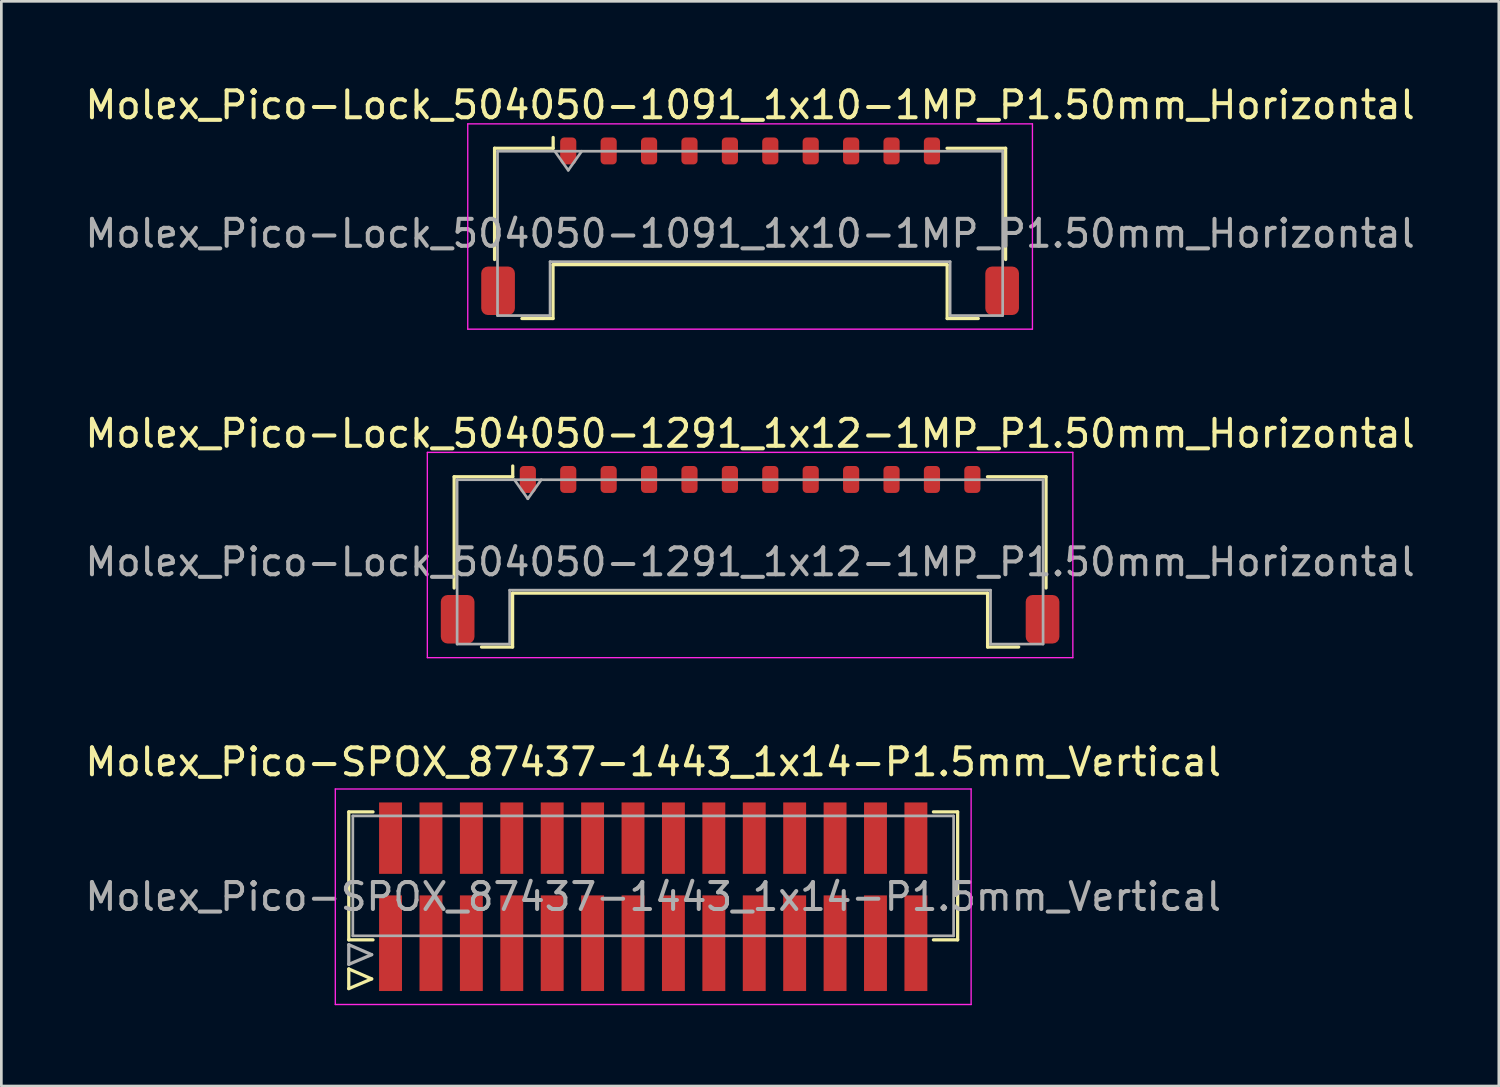
<source format=kicad_pcb>
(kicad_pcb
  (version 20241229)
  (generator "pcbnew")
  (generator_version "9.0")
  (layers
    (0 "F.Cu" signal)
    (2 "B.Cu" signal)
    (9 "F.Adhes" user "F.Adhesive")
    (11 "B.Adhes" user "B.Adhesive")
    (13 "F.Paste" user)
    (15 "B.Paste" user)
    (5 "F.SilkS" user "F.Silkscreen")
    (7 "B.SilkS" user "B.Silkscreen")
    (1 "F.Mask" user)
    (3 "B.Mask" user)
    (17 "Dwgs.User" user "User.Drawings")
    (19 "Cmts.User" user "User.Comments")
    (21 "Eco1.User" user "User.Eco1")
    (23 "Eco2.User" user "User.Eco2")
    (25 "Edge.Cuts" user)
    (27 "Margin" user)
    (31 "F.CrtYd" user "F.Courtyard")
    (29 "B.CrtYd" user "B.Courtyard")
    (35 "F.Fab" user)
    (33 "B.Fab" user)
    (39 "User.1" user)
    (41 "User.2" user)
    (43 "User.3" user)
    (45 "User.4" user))
  (footprint "Molex_Pico-Lock_504050-1091_1x10-1MP_P1.50mm_Horizontal"
    (layer "F.Cu")
    (at 24.792 5.348)
    (property "Reference" "Molex_Pico-Lock_504050-1091_1x10-1MP_P1.50mm_Horizontal" (at 0 -4.5 0) (layer "F.SilkS") (effects (font (size 1 1) (thickness 0.15))))
    (attr smd)
    (fp_line (start -9.485 -2.895) (end -7.31 -2.895) (stroke (width 0.12) (type solid)) (layer "F.SilkS"))
    (fp_line (start -9.485 1.235) (end -9.485 -2.895) (stroke (width 0.12) (type solid)) (layer "F.SilkS"))
    (fp_line (start -8.47 3.425) (end -7.315 3.425) (stroke (width 0.12) (type solid)) (layer "F.SilkS"))
    (fp_line (start -7.315 1.425) (end 7.315 1.425) (stroke (width 0.12) (type solid)) (layer "F.SilkS"))
    (fp_line (start -7.315 3.425) (end -7.315 1.425) (stroke (width 0.12) (type solid)) (layer "F.SilkS"))
    (fp_line (start -7.31 -2.895) (end -7.31 -3.295) (stroke (width 0.12) (type solid)) (layer "F.SilkS"))
    (fp_line (start 7.315 1.425) (end 7.315 3.425) (stroke (width 0.12) (type solid)) (layer "F.SilkS"))
    (fp_line (start 7.315 3.425) (end 8.47 3.425) (stroke (width 0.12) (type solid)) (layer "F.SilkS"))
    (fp_line (start 9.485 -2.895) (end 7.31 -2.895) (stroke (width 0.12) (type solid)) (layer "F.SilkS"))
    (fp_line (start 9.485 1.235) (end 9.485 -2.895) (stroke (width 0.12) (type solid)) (layer "F.SilkS"))
    (fp_line (start -10.48 -3.8) (end -10.48 3.82) (stroke (width 0.05) (type solid)) (layer "F.CrtYd"))
    (fp_line (start -10.48 3.82) (end 10.48 3.82) (stroke (width 0.05) (type solid)) (layer "F.CrtYd"))
    (fp_line (start 10.48 -3.8) (end -10.48 -3.8) (stroke (width 0.05) (type solid)) (layer "F.CrtYd"))
    (fp_line (start 10.48 3.82) (end 10.48 -3.8) (stroke (width 0.05) (type solid)) (layer "F.CrtYd"))
    (fp_line (start -9.375 -2.785) (end -9.375 3.315) (stroke (width 0.1) (type solid)) (layer "F.Fab"))
    (fp_line (start -9.375 -2.785) (end 9.375 -2.785) (stroke (width 0.1) (type solid)) (layer "F.Fab"))
    (fp_line (start -9.375 3.315) (end -7.425 3.315) (stroke (width 0.1) (type solid)) (layer "F.Fab"))
    (fp_line (start -7.425 1.315) (end 7.425 1.315) (stroke (width 0.1) (type solid)) (layer "F.Fab"))
    (fp_line (start -7.425 3.315) (end -7.425 1.315) (stroke (width 0.1) (type solid)) (layer "F.Fab"))
    (fp_line (start -7.25 -2.785) (end -6.75 -2.078) (stroke (width 0.1) (type solid)) (layer "F.Fab"))
    (fp_line (start -6.75 -2.078) (end -6.25 -2.785) (stroke (width 0.1) (type solid)) (layer "F.Fab"))
    (fp_line (start 7.425 1.315) (end 7.425 3.315) (stroke (width 0.1) (type solid)) (layer "F.Fab"))
    (fp_line (start 7.425 3.315) (end 9.375 3.315) (stroke (width 0.1) (type solid)) (layer "F.Fab"))
    (fp_line (start 9.375 -2.785) (end 9.375 3.315) (stroke (width 0.1) (type solid)) (layer "F.Fab"))
    (fp_text user "${REFERENCE}" (at 0 0.27 0) (layer "F.Fab") (effects (font (size 1 1) (thickness 0.15))))
    (pad "1" smd roundrect (at -6.75 -2.795) (size 0.6 1) (layers "F.Cu" "F.Mask" "F.Paste") (roundrect_rratio 0.25))
    (pad "2" smd roundrect (at -5.25 -2.795) (size 0.6 1) (layers "F.Cu" "F.Mask" "F.Paste") (roundrect_rratio 0.25))
    (pad "3" smd roundrect (at -3.75 -2.795) (size 0.6 1) (layers "F.Cu" "F.Mask" "F.Paste") (roundrect_rratio 0.25))
    (pad "4" smd roundrect (at -2.25 -2.795) (size 0.6 1) (layers "F.Cu" "F.Mask" "F.Paste") (roundrect_rratio 0.25))
    (pad "5" smd roundrect (at -0.75 -2.795) (size 0.6 1) (layers "F.Cu" "F.Mask" "F.Paste") (roundrect_rratio 0.25))
    (pad "6" smd roundrect (at 0.75 -2.795) (size 0.6 1) (layers "F.Cu" "F.Mask" "F.Paste") (roundrect_rratio 0.25))
    (pad "7" smd roundrect (at 2.25 -2.795) (size 0.6 1) (layers "F.Cu" "F.Mask" "F.Paste") (roundrect_rratio 0.25))
    (pad "8" smd roundrect (at 3.75 -2.795) (size 0.6 1) (layers "F.Cu" "F.Mask" "F.Paste") (roundrect_rratio 0.25))
    (pad "9" smd roundrect (at 5.25 -2.795) (size 0.6 1) (layers "F.Cu" "F.Mask" "F.Paste") (roundrect_rratio 0.25))
    (pad "10" smd roundrect (at 6.75 -2.795) (size 0.6 1) (layers "F.Cu" "F.Mask" "F.Paste") (roundrect_rratio 0.25))
    (pad "MP" smd roundrect (at -9.355 2.395) (size 1.25 1.8) (layers "F.Cu" "F.Mask" "F.Paste") (roundrect_rratio 0.2))
    (pad "MP" smd roundrect (at 9.355 2.395) (size 1.25 1.8) (layers "F.Cu" "F.Mask" "F.Paste") (roundrect_rratio 0.2)))
  (footprint "Molex_Pico-Lock_504050-1291_1x12-1MP_P1.50mm_Horizontal"
    (layer "F.Cu")
    (at 24.792 17.541)
    (property "Reference" "Molex_Pico-Lock_504050-1291_1x12-1MP_P1.50mm_Horizontal" (at 0 -4.5 0) (layer "F.SilkS") (effects (font (size 1 1) (thickness 0.15))))
    (attr smd)
    (fp_line (start -10.985 -2.895) (end -8.81 -2.895) (stroke (width 0.12) (type solid)) (layer "F.SilkS"))
    (fp_line (start -10.985 1.235) (end -10.985 -2.895) (stroke (width 0.12) (type solid)) (layer "F.SilkS"))
    (fp_line (start -9.97 3.425) (end -8.815 3.425) (stroke (width 0.12) (type solid)) (layer "F.SilkS"))
    (fp_line (start -8.815 1.425) (end 8.815 1.425) (stroke (width 0.12) (type solid)) (layer "F.SilkS"))
    (fp_line (start -8.815 3.425) (end -8.815 1.425) (stroke (width 0.12) (type solid)) (layer "F.SilkS"))
    (fp_line (start -8.81 -2.895) (end -8.81 -3.295) (stroke (width 0.12) (type solid)) (layer "F.SilkS"))
    (fp_line (start 8.815 1.425) (end 8.815 3.425) (stroke (width 0.12) (type solid)) (layer "F.SilkS"))
    (fp_line (start 8.815 3.425) (end 9.97 3.425) (stroke (width 0.12) (type solid)) (layer "F.SilkS"))
    (fp_line (start 10.985 -2.895) (end 8.81 -2.895) (stroke (width 0.12) (type solid)) (layer "F.SilkS"))
    (fp_line (start 10.985 1.235) (end 10.985 -2.895) (stroke (width 0.12) (type solid)) (layer "F.SilkS"))
    (fp_line (start -11.98 -3.8) (end -11.98 3.82) (stroke (width 0.05) (type solid)) (layer "F.CrtYd"))
    (fp_line (start -11.98 3.82) (end 11.98 3.82) (stroke (width 0.05) (type solid)) (layer "F.CrtYd"))
    (fp_line (start 11.98 -3.8) (end -11.98 -3.8) (stroke (width 0.05) (type solid)) (layer "F.CrtYd"))
    (fp_line (start 11.98 3.82) (end 11.98 -3.8) (stroke (width 0.05) (type solid)) (layer "F.CrtYd"))
    (fp_line (start -10.875 -2.785) (end -10.875 3.315) (stroke (width 0.1) (type solid)) (layer "F.Fab"))
    (fp_line (start -10.875 -2.785) (end 10.875 -2.785) (stroke (width 0.1) (type solid)) (layer "F.Fab"))
    (fp_line (start -10.875 3.315) (end -8.925 3.315) (stroke (width 0.1) (type solid)) (layer "F.Fab"))
    (fp_line (start -8.925 1.315) (end 8.925 1.315) (stroke (width 0.1) (type solid)) (layer "F.Fab"))
    (fp_line (start -8.925 3.315) (end -8.925 1.315) (stroke (width 0.1) (type solid)) (layer "F.Fab"))
    (fp_line (start -8.75 -2.785) (end -8.25 -2.078) (stroke (width 0.1) (type solid)) (layer "F.Fab"))
    (fp_line (start -8.25 -2.078) (end -7.75 -2.785) (stroke (width 0.1) (type solid)) (layer "F.Fab"))
    (fp_line (start 8.925 1.315) (end 8.925 3.315) (stroke (width 0.1) (type solid)) (layer "F.Fab"))
    (fp_line (start 8.925 3.315) (end 10.875 3.315) (stroke (width 0.1) (type solid)) (layer "F.Fab"))
    (fp_line (start 10.875 -2.785) (end 10.875 3.315) (stroke (width 0.1) (type solid)) (layer "F.Fab"))
    (fp_text user "${REFERENCE}" (at 0 0.27 0) (layer "F.Fab") (effects (font (size 1 1) (thickness 0.15))))
    (pad "1" smd roundrect (at -8.25 -2.795) (size 0.6 1) (layers "F.Cu" "F.Mask" "F.Paste") (roundrect_rratio 0.25))
    (pad "2" smd roundrect (at -6.75 -2.795) (size 0.6 1) (layers "F.Cu" "F.Mask" "F.Paste") (roundrect_rratio 0.25))
    (pad "3" smd roundrect (at -5.25 -2.795) (size 0.6 1) (layers "F.Cu" "F.Mask" "F.Paste") (roundrect_rratio 0.25))
    (pad "4" smd roundrect (at -3.75 -2.795) (size 0.6 1) (layers "F.Cu" "F.Mask" "F.Paste") (roundrect_rratio 0.25))
    (pad "5" smd roundrect (at -2.25 -2.795) (size 0.6 1) (layers "F.Cu" "F.Mask" "F.Paste") (roundrect_rratio 0.25))
    (pad "6" smd roundrect (at -0.75 -2.795) (size 0.6 1) (layers "F.Cu" "F.Mask" "F.Paste") (roundrect_rratio 0.25))
    (pad "7" smd roundrect (at 0.75 -2.795) (size 0.6 1) (layers "F.Cu" "F.Mask" "F.Paste") (roundrect_rratio 0.25))
    (pad "8" smd roundrect (at 2.25 -2.795) (size 0.6 1) (layers "F.Cu" "F.Mask" "F.Paste") (roundrect_rratio 0.25))
    (pad "9" smd roundrect (at 3.75 -2.795) (size 0.6 1) (layers "F.Cu" "F.Mask" "F.Paste") (roundrect_rratio 0.25))
    (pad "10" smd roundrect (at 5.25 -2.795) (size 0.6 1) (layers "F.Cu" "F.Mask" "F.Paste") (roundrect_rratio 0.25))
    (pad "11" smd roundrect (at 6.75 -2.795) (size 0.6 1) (layers "F.Cu" "F.Mask" "F.Paste") (roundrect_rratio 0.25))
    (pad "12" smd roundrect (at 8.25 -2.795) (size 0.6 1) (layers "F.Cu" "F.Mask" "F.Paste") (roundrect_rratio 0.25))
    (pad "MP" smd roundrect (at -10.855 2.395) (size 1.25 1.8) (layers "F.Cu" "F.Mask" "F.Paste") (roundrect_rratio 0.2))
    (pad "MP" smd roundrect (at 10.855 2.395) (size 1.25 1.8) (layers "F.Cu" "F.Mask" "F.Paste") (roundrect_rratio 0.2)))
  (footprint "Molex_Pico-SPOX_87437-1443_1x14-P1.5mm_Vertical"
    (layer "F.Cu")
    (at 21.196 30.235)
    (property "Reference" "Molex_Pico-SPOX_87437-1443_1x14-P1.5mm_Vertical" (at 0 -5 0) (layer "F.SilkS") (effects (font (size 1 1) (thickness 0.15))))
    (attr smd)
    (fp_line (start -11.3 -3.15) (end -10.4 -3.15) (stroke (width 0.12) (type solid)) (layer "F.SilkS"))
    (fp_line (start -11.3 1.6) (end -11.3 -3.15) (stroke (width 0.12) (type solid)) (layer "F.SilkS"))
    (fp_line (start -11.3 2.68) (end -11.3 3.41) (stroke (width 0.12) (type solid)) (layer "F.SilkS"))
    (fp_line (start -11.3 3.41) (end -10.45 3.05) (stroke (width 0.12) (type solid)) (layer "F.SilkS"))
    (fp_line (start -10.45 3.05) (end -11.3 2.68) (stroke (width 0.12) (type solid)) (layer "F.SilkS"))
    (fp_line (start -10.4 1.6) (end -11.3 1.6) (stroke (width 0.12) (type solid)) (layer "F.SilkS"))
    (fp_line (start 11.3 -3.15) (end 10.4 -3.15) (stroke (width 0.12) (type solid)) (layer "F.SilkS"))
    (fp_line (start 11.3 -3.15) (end 11.3 1.6) (stroke (width 0.12) (type solid)) (layer "F.SilkS"))
    (fp_line (start 11.3 1.6) (end 10.4 1.6) (stroke (width 0.12) (type solid)) (layer "F.SilkS"))
    (fp_line (start -11.8 -4) (end 11.8 -4) (stroke (width 0.05) (type solid)) (layer "F.CrtYd"))
    (fp_line (start -11.8 4) (end -11.8 -4) (stroke (width 0.05) (type solid)) (layer "F.CrtYd"))
    (fp_line (start 11.8 -4) (end 11.8 4) (stroke (width 0.05) (type solid)) (layer "F.CrtYd"))
    (fp_line (start 11.8 4) (end -11.8 4) (stroke (width 0.05) (type solid)) (layer "F.CrtYd"))
    (fp_line (start -11.3 1.78) (end -11.3 2.51) (stroke (width 0.12) (type solid)) (layer "F.Fab"))
    (fp_line (start -11.3 2.51) (end -10.45 2.15) (stroke (width 0.12) (type solid)) (layer "F.Fab"))
    (fp_line (start -11.15 -3) (end -11.15 1.45) (stroke (width 0.1) (type solid)) (layer "F.Fab"))
    (fp_line (start -11.15 -3) (end 11.15 -3) (stroke (width 0.1) (type solid)) (layer "F.Fab"))
    (fp_line (start -10.45 2.15) (end -11.3 1.78) (stroke (width 0.12) (type solid)) (layer "F.Fab"))
    (fp_line (start 11.15 -3) (end 11.15 1.45) (stroke (width 0.1) (type solid)) (layer "F.Fab"))
    (fp_line (start 11.15 1.45) (end -11.15 1.45) (stroke (width 0.1) (type solid)) (layer "F.Fab"))
    (fp_text user "${REFERENCE}" (at 0 0 0) (layer "F.Fab") (effects (font (size 1 1) (thickness 0.15))))
    (pad "1" smd rect (at -9.75 -2.175 90) (size 2.65 0.85) (layers "F.Cu" "F.Mask" "F.Paste"))
    (pad "1" smd rect (at -9.75 1.725 90) (size 3.55 0.85) (layers "F.Cu" "F.Mask" "F.Paste"))
    (pad "2" smd rect (at -8.25 -2.175 90) (size 2.65 0.85) (layers "F.Cu" "F.Mask" "F.Paste"))
    (pad "2" smd rect (at -8.25 1.725 90) (size 3.55 0.85) (layers "F.Cu" "F.Mask" "F.Paste"))
    (pad "3" smd rect (at -6.75 -2.175 90) (size 2.65 0.85) (layers "F.Cu" "F.Mask" "F.Paste"))
    (pad "3" smd rect (at -6.75 1.725 90) (size 3.55 0.85) (layers "F.Cu" "F.Mask" "F.Paste"))
    (pad "4" smd rect (at -5.25 -2.175 90) (size 2.65 0.85) (layers "F.Cu" "F.Mask" "F.Paste"))
    (pad "4" smd rect (at -5.25 1.725 90) (size 3.55 0.85) (layers "F.Cu" "F.Mask" "F.Paste"))
    (pad "5" smd rect (at -3.75 -2.175 90) (size 2.65 0.85) (layers "F.Cu" "F.Mask" "F.Paste"))
    (pad "5" smd rect (at -3.75 1.725 90) (size 3.55 0.85) (layers "F.Cu" "F.Mask" "F.Paste"))
    (pad "6" smd rect (at -2.25 -2.175 90) (size 2.65 0.85) (layers "F.Cu" "F.Mask" "F.Paste"))
    (pad "6" smd rect (at -2.25 1.725 90) (size 3.55 0.85) (layers "F.Cu" "F.Mask" "F.Paste"))
    (pad "7" smd rect (at -0.75 -2.175 90) (size 2.65 0.85) (layers "F.Cu" "F.Mask" "F.Paste"))
    (pad "7" smd rect (at -0.75 1.725 90) (size 3.55 0.85) (layers "F.Cu" "F.Mask" "F.Paste"))
    (pad "8" smd rect (at 0.75 -2.175 90) (size 2.65 0.85) (layers "F.Cu" "F.Mask" "F.Paste"))
    (pad "8" smd rect (at 0.75 1.725 90) (size 3.55 0.85) (layers "F.Cu" "F.Mask" "F.Paste"))
    (pad "9" smd rect (at 2.25 -2.175 90) (size 2.65 0.85) (layers "F.Cu" "F.Mask" "F.Paste"))
    (pad "9" smd rect (at 2.25 1.725 90) (size 3.55 0.85) (layers "F.Cu" "F.Mask" "F.Paste"))
    (pad "10" smd rect (at 3.75 -2.175 90) (size 2.65 0.85) (layers "F.Cu" "F.Mask" "F.Paste"))
    (pad "10" smd rect (at 3.75 1.725 90) (size 3.55 0.85) (layers "F.Cu" "F.Mask" "F.Paste"))
    (pad "11" smd rect (at 5.25 -2.175 90) (size 2.65 0.85) (layers "F.Cu" "F.Mask" "F.Paste"))
    (pad "11" smd rect (at 5.25 1.725 90) (size 3.55 0.85) (layers "F.Cu" "F.Mask" "F.Paste"))
    (pad "12" smd rect (at 6.75 -2.175 90) (size 2.65 0.85) (layers "F.Cu" "F.Mask" "F.Paste"))
    (pad "12" smd rect (at 6.75 1.725 90) (size 3.55 0.85) (layers "F.Cu" "F.Mask" "F.Paste"))
    (pad "13" smd rect (at 8.25 -2.175 90) (size 2.65 0.85) (layers "F.Cu" "F.Mask" "F.Paste"))
    (pad "13" smd rect (at 8.25 1.725 90) (size 3.55 0.85) (layers "F.Cu" "F.Mask" "F.Paste"))
    (pad "14" smd rect (at 9.75 -2.175 90) (size 2.65 0.85) (layers "F.Cu" "F.Mask" "F.Paste"))
    (pad "14" smd rect (at 9.75 1.725 90) (size 3.55 0.85) (layers "F.Cu" "F.Mask" "F.Paste")))
  (gr_rect
    (start -3 -3)
    (end 52.583 37.26)
    (stroke (width 0.1) (type default))
    (fill no)
    (layer "Edge.Cuts")))
</source>
